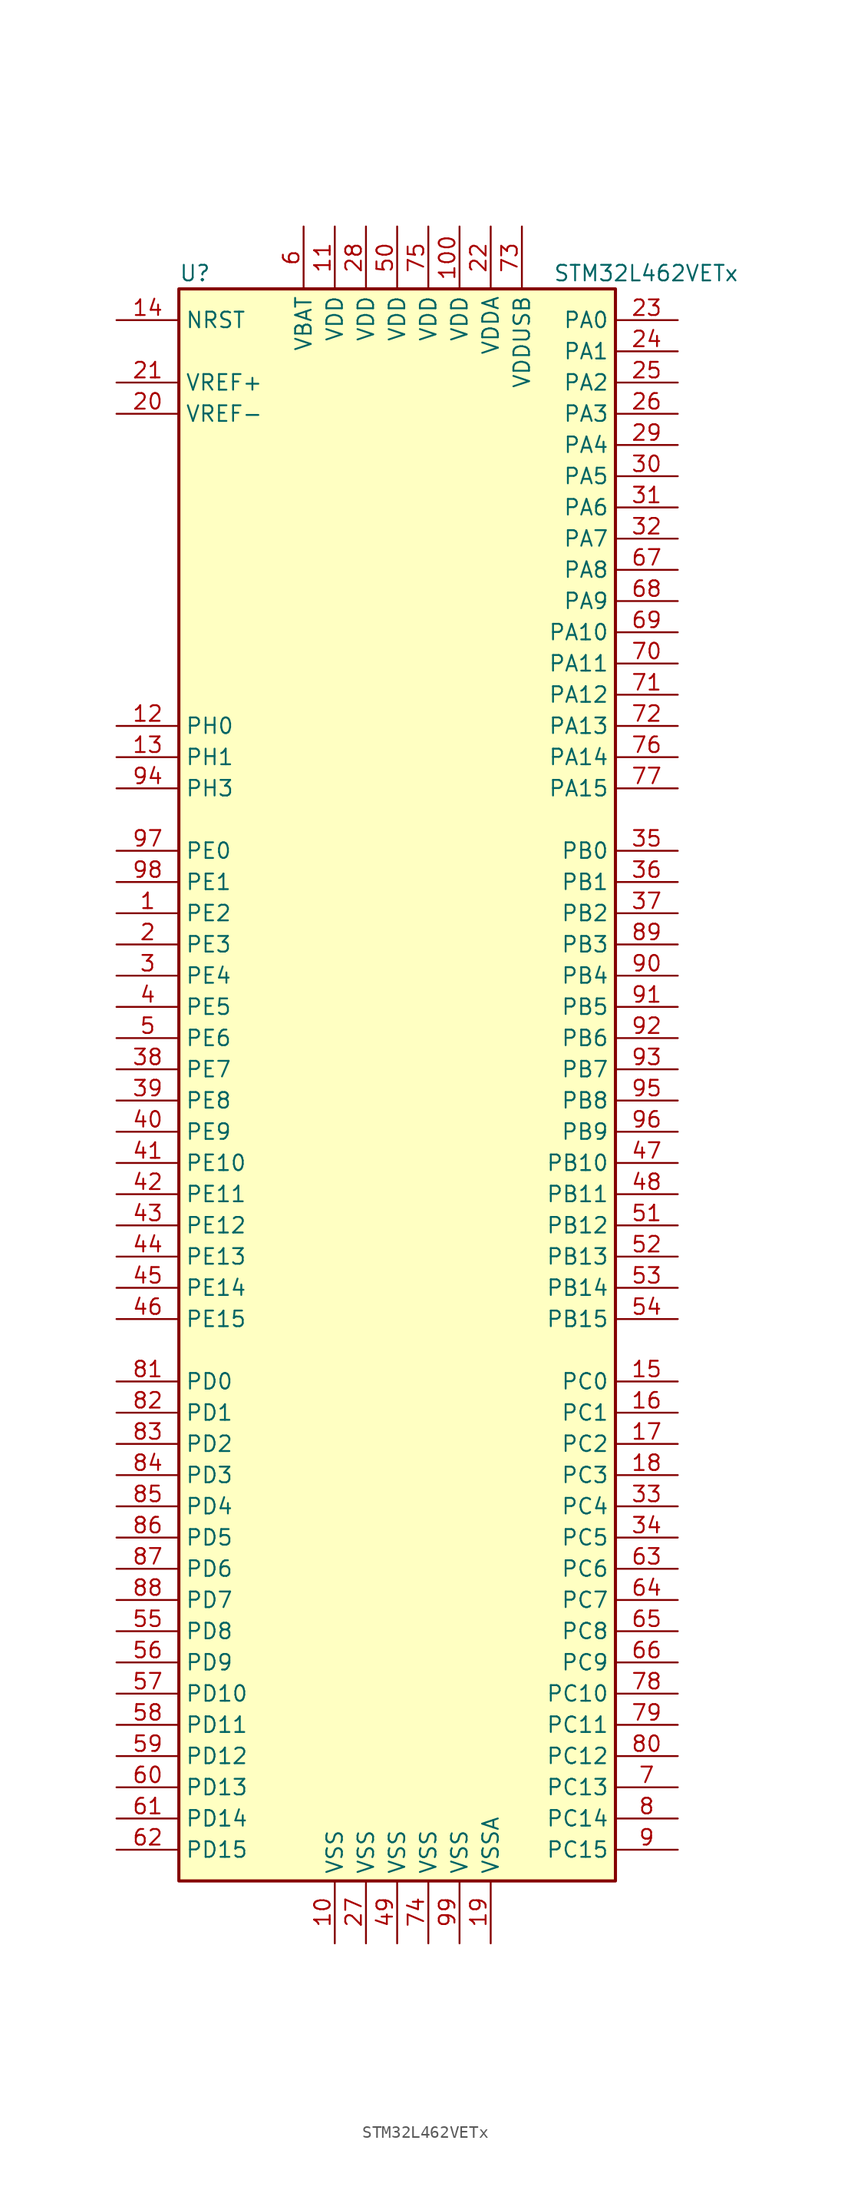
<source format=kicad_sym>
(kicad_symbol_lib
  (version 20201005)
  (generator kicad_symbol_editor)
  (symbol "MCU_ST_STM32L4:STM32L462VETx"
    (property "Reference" "U"
      (at -17.78 64.77 0)
      (effects (font (size 1.27 1.27)) (justify left)))
    (property "Value" "STM32L462VETx"
      (at 12.7 64.77 0)
      (effects (font (size 1.27 1.27)) (justify left)))
    (symbol "STM32L462VETx_0_1"
      (rectangle (start -17.78 -66.04) (end 17.78 63.5) (stroke (width 0.254)) (fill (type background))))
    (symbol "STM32L462VETx_1_1"
      (pin bidirectional line (at -22.86 12.7 0) (length 5.08) (name "PE2" (effects (font (size 1.27 1.27)))) (number "1" (effects (font (size 1.27 1.27)))))
      (pin power_in line (at -5.08 -71.12 90) (length 5.08) (name "VSS" (effects (font (size 1.27 1.27)))) (number "10" (effects (font (size 1.27 1.27)))))
      (pin power_in line (at 5.08 68.58 270) (length 5.08) (name "VDD" (effects (font (size 1.27 1.27)))) (number "100" (effects (font (size 1.27 1.27)))))
      (pin power_in line (at -5.08 68.58 270) (length 5.08) (name "VDD" (effects (font (size 1.27 1.27)))) (number "11" (effects (font (size 1.27 1.27)))))
      (pin input line (at -22.86 27.94 0) (length 5.08) (name "PH0" (effects (font (size 1.27 1.27)))) (number "12" (effects (font (size 1.27 1.27)))))
      (pin input line (at -22.86 25.4 0) (length 5.08) (name "PH1" (effects (font (size 1.27 1.27)))) (number "13" (effects (font (size 1.27 1.27)))))
      (pin input line (at -22.86 60.96 0) (length 5.08) (name "NRST" (effects (font (size 1.27 1.27)))) (number "14" (effects (font (size 1.27 1.27)))))
      (pin bidirectional line (at 22.86 -25.4 180) (length 5.08) (name "PC0" (effects (font (size 1.27 1.27)))) (number "15" (effects (font (size 1.27 1.27)))))
      (pin bidirectional line (at 22.86 -27.94 180) (length 5.08) (name "PC1" (effects (font (size 1.27 1.27)))) (number "16" (effects (font (size 1.27 1.27)))))
      (pin bidirectional line (at 22.86 -30.48 180) (length 5.08) (name "PC2" (effects (font (size 1.27 1.27)))) (number "17" (effects (font (size 1.27 1.27)))))
      (pin bidirectional line (at 22.86 -33.02 180) (length 5.08) (name "PC3" (effects (font (size 1.27 1.27)))) (number "18" (effects (font (size 1.27 1.27)))))
      (pin power_in line (at 7.62 -71.12 90) (length 5.08) (name "VSSA" (effects (font (size 1.27 1.27)))) (number "19" (effects (font (size 1.27 1.27)))))
      (pin bidirectional line (at -22.86 10.16 0) (length 5.08) (name "PE3" (effects (font (size 1.27 1.27)))) (number "2" (effects (font (size 1.27 1.27)))))
      (pin power_in line (at -22.86 53.34 0) (length 5.08) (name "VREF-" (effects (font (size 1.27 1.27)))) (number "20" (effects (font (size 1.27 1.27)))))
      (pin bidirectional line (at -22.86 55.88 0) (length 5.08) (name "VREF+" (effects (font (size 1.27 1.27)))) (number "21" (effects (font (size 1.27 1.27)))))
      (pin power_in line (at 7.62 68.58 270) (length 5.08) (name "VDDA" (effects (font (size 1.27 1.27)))) (number "22" (effects (font (size 1.27 1.27)))))
      (pin bidirectional line (at 22.86 60.96 180) (length 5.08) (name "PA0" (effects (font (size 1.27 1.27)))) (number "23" (effects (font (size 1.27 1.27)))))
      (pin bidirectional line (at 22.86 58.42 180) (length 5.08) (name "PA1" (effects (font (size 1.27 1.27)))) (number "24" (effects (font (size 1.27 1.27)))))
      (pin bidirectional line (at 22.86 55.88 180) (length 5.08) (name "PA2" (effects (font (size 1.27 1.27)))) (number "25" (effects (font (size 1.27 1.27)))))
      (pin bidirectional line (at 22.86 53.34 180) (length 5.08) (name "PA3" (effects (font (size 1.27 1.27)))) (number "26" (effects (font (size 1.27 1.27)))))
      (pin power_in line (at -2.54 -71.12 90) (length 5.08) (name "VSS" (effects (font (size 1.27 1.27)))) (number "27" (effects (font (size 1.27 1.27)))))
      (pin power_in line (at -2.54 68.58 270) (length 5.08) (name "VDD" (effects (font (size 1.27 1.27)))) (number "28" (effects (font (size 1.27 1.27)))))
      (pin bidirectional line (at 22.86 50.8 180) (length 5.08) (name "PA4" (effects (font (size 1.27 1.27)))) (number "29" (effects (font (size 1.27 1.27)))))
      (pin bidirectional line (at -22.86 7.62 0) (length 5.08) (name "PE4" (effects (font (size 1.27 1.27)))) (number "3" (effects (font (size 1.27 1.27)))))
      (pin bidirectional line (at 22.86 48.26 180) (length 5.08) (name "PA5" (effects (font (size 1.27 1.27)))) (number "30" (effects (font (size 1.27 1.27)))))
      (pin bidirectional line (at 22.86 45.72 180) (length 5.08) (name "PA6" (effects (font (size 1.27 1.27)))) (number "31" (effects (font (size 1.27 1.27)))))
      (pin bidirectional line (at 22.86 43.18 180) (length 5.08) (name "PA7" (effects (font (size 1.27 1.27)))) (number "32" (effects (font (size 1.27 1.27)))))
      (pin bidirectional line (at 22.86 -35.56 180) (length 5.08) (name "PC4" (effects (font (size 1.27 1.27)))) (number "33" (effects (font (size 1.27 1.27)))))
      (pin bidirectional line (at 22.86 -38.1 180) (length 5.08) (name "PC5" (effects (font (size 1.27 1.27)))) (number "34" (effects (font (size 1.27 1.27)))))
      (pin bidirectional line (at 22.86 17.78 180) (length 5.08) (name "PB0" (effects (font (size 1.27 1.27)))) (number "35" (effects (font (size 1.27 1.27)))))
      (pin bidirectional line (at 22.86 15.24 180) (length 5.08) (name "PB1" (effects (font (size 1.27 1.27)))) (number "36" (effects (font (size 1.27 1.27)))))
      (pin bidirectional line (at 22.86 12.7 180) (length 5.08) (name "PB2" (effects (font (size 1.27 1.27)))) (number "37" (effects (font (size 1.27 1.27)))))
      (pin bidirectional line (at -22.86 0 0) (length 5.08) (name "PE7" (effects (font (size 1.27 1.27)))) (number "38" (effects (font (size 1.27 1.27)))))
      (pin bidirectional line (at -22.86 -2.54 0) (length 5.08) (name "PE8" (effects (font (size 1.27 1.27)))) (number "39" (effects (font (size 1.27 1.27)))))
      (pin bidirectional line (at -22.86 5.08 0) (length 5.08) (name "PE5" (effects (font (size 1.27 1.27)))) (number "4" (effects (font (size 1.27 1.27)))))
      (pin bidirectional line (at -22.86 -5.08 0) (length 5.08) (name "PE9" (effects (font (size 1.27 1.27)))) (number "40" (effects (font (size 1.27 1.27)))))
      (pin bidirectional line (at -22.86 -7.62 0) (length 5.08) (name "PE10" (effects (font (size 1.27 1.27)))) (number "41" (effects (font (size 1.27 1.27)))))
      (pin bidirectional line (at -22.86 -10.16 0) (length 5.08) (name "PE11" (effects (font (size 1.27 1.27)))) (number "42" (effects (font (size 1.27 1.27)))))
      (pin bidirectional line (at -22.86 -12.7 0) (length 5.08) (name "PE12" (effects (font (size 1.27 1.27)))) (number "43" (effects (font (size 1.27 1.27)))))
      (pin bidirectional line (at -22.86 -15.24 0) (length 5.08) (name "PE13" (effects (font (size 1.27 1.27)))) (number "44" (effects (font (size 1.27 1.27)))))
      (pin bidirectional line (at -22.86 -17.78 0) (length 5.08) (name "PE14" (effects (font (size 1.27 1.27)))) (number "45" (effects (font (size 1.27 1.27)))))
      (pin bidirectional line (at -22.86 -20.32 0) (length 5.08) (name "PE15" (effects (font (size 1.27 1.27)))) (number "46" (effects (font (size 1.27 1.27)))))
      (pin bidirectional line (at 22.86 -7.62 180) (length 5.08) (name "PB10" (effects (font (size 1.27 1.27)))) (number "47" (effects (font (size 1.27 1.27)))))
      (pin bidirectional line (at 22.86 -10.16 180) (length 5.08) (name "PB11" (effects (font (size 1.27 1.27)))) (number "48" (effects (font (size 1.27 1.27)))))
      (pin power_in line (at 0 -71.12 90) (length 5.08) (name "VSS" (effects (font (size 1.27 1.27)))) (number "49" (effects (font (size 1.27 1.27)))))
      (pin bidirectional line (at -22.86 2.54 0) (length 5.08) (name "PE6" (effects (font (size 1.27 1.27)))) (number "5" (effects (font (size 1.27 1.27)))))
      (pin power_in line (at 0 68.58 270) (length 5.08) (name "VDD" (effects (font (size 1.27 1.27)))) (number "50" (effects (font (size 1.27 1.27)))))
      (pin bidirectional line (at 22.86 -12.7 180) (length 5.08) (name "PB12" (effects (font (size 1.27 1.27)))) (number "51" (effects (font (size 1.27 1.27)))))
      (pin bidirectional line (at 22.86 -15.24 180) (length 5.08) (name "PB13" (effects (font (size 1.27 1.27)))) (number "52" (effects (font (size 1.27 1.27)))))
      (pin bidirectional line (at 22.86 -17.78 180) (length 5.08) (name "PB14" (effects (font (size 1.27 1.27)))) (number "53" (effects (font (size 1.27 1.27)))))
      (pin bidirectional line (at 22.86 -20.32 180) (length 5.08) (name "PB15" (effects (font (size 1.27 1.27)))) (number "54" (effects (font (size 1.27 1.27)))))
      (pin bidirectional line (at -22.86 -45.72 0) (length 5.08) (name "PD8" (effects (font (size 1.27 1.27)))) (number "55" (effects (font (size 1.27 1.27)))))
      (pin bidirectional line (at -22.86 -48.26 0) (length 5.08) (name "PD9" (effects (font (size 1.27 1.27)))) (number "56" (effects (font (size 1.27 1.27)))))
      (pin bidirectional line (at -22.86 -50.8 0) (length 5.08) (name "PD10" (effects (font (size 1.27 1.27)))) (number "57" (effects (font (size 1.27 1.27)))))
      (pin bidirectional line (at -22.86 -53.34 0) (length 5.08) (name "PD11" (effects (font (size 1.27 1.27)))) (number "58" (effects (font (size 1.27 1.27)))))
      (pin bidirectional line (at -22.86 -55.88 0) (length 5.08) (name "PD12" (effects (font (size 1.27 1.27)))) (number "59" (effects (font (size 1.27 1.27)))))
      (pin power_in line (at -7.62 68.58 270) (length 5.08) (name "VBAT" (effects (font (size 1.27 1.27)))) (number "6" (effects (font (size 1.27 1.27)))))
      (pin bidirectional line (at -22.86 -58.42 0) (length 5.08) (name "PD13" (effects (font (size 1.27 1.27)))) (number "60" (effects (font (size 1.27 1.27)))))
      (pin bidirectional line (at -22.86 -60.96 0) (length 5.08) (name "PD14" (effects (font (size 1.27 1.27)))) (number "61" (effects (font (size 1.27 1.27)))))
      (pin bidirectional line (at -22.86 -63.5 0) (length 5.08) (name "PD15" (effects (font (size 1.27 1.27)))) (number "62" (effects (font (size 1.27 1.27)))))
      (pin bidirectional line (at 22.86 -40.64 180) (length 5.08) (name "PC6" (effects (font (size 1.27 1.27)))) (number "63" (effects (font (size 1.27 1.27)))))
      (pin bidirectional line (at 22.86 -43.18 180) (length 5.08) (name "PC7" (effects (font (size 1.27 1.27)))) (number "64" (effects (font (size 1.27 1.27)))))
      (pin bidirectional line (at 22.86 -45.72 180) (length 5.08) (name "PC8" (effects (font (size 1.27 1.27)))) (number "65" (effects (font (size 1.27 1.27)))))
      (pin bidirectional line (at 22.86 -48.26 180) (length 5.08) (name "PC9" (effects (font (size 1.27 1.27)))) (number "66" (effects (font (size 1.27 1.27)))))
      (pin bidirectional line (at 22.86 40.64 180) (length 5.08) (name "PA8" (effects (font (size 1.27 1.27)))) (number "67" (effects (font (size 1.27 1.27)))))
      (pin bidirectional line (at 22.86 38.1 180) (length 5.08) (name "PA9" (effects (font (size 1.27 1.27)))) (number "68" (effects (font (size 1.27 1.27)))))
      (pin bidirectional line (at 22.86 35.56 180) (length 5.08) (name "PA10" (effects (font (size 1.27 1.27)))) (number "69" (effects (font (size 1.27 1.27)))))
      (pin bidirectional line (at 22.86 -58.42 180) (length 5.08) (name "PC13" (effects (font (size 1.27 1.27)))) (number "7" (effects (font (size 1.27 1.27)))))
      (pin bidirectional line (at 22.86 33.02 180) (length 5.08) (name "PA11" (effects (font (size 1.27 1.27)))) (number "70" (effects (font (size 1.27 1.27)))))
      (pin bidirectional line (at 22.86 30.48 180) (length 5.08) (name "PA12" (effects (font (size 1.27 1.27)))) (number "71" (effects (font (size 1.27 1.27)))))
      (pin bidirectional line (at 22.86 27.94 180) (length 5.08) (name "PA13" (effects (font (size 1.27 1.27)))) (number "72" (effects (font (size 1.27 1.27)))))
      (pin power_in line (at 10.16 68.58 270) (length 5.08) (name "VDDUSB" (effects (font (size 1.27 1.27)))) (number "73" (effects (font (size 1.27 1.27)))))
      (pin power_in line (at 2.54 -71.12 90) (length 5.08) (name "VSS" (effects (font (size 1.27 1.27)))) (number "74" (effects (font (size 1.27 1.27)))))
      (pin power_in line (at 2.54 68.58 270) (length 5.08) (name "VDD" (effects (font (size 1.27 1.27)))) (number "75" (effects (font (size 1.27 1.27)))))
      (pin bidirectional line (at 22.86 25.4 180) (length 5.08) (name "PA14" (effects (font (size 1.27 1.27)))) (number "76" (effects (font (size 1.27 1.27)))))
      (pin bidirectional line (at 22.86 22.86 180) (length 5.08) (name "PA15" (effects (font (size 1.27 1.27)))) (number "77" (effects (font (size 1.27 1.27)))))
      (pin bidirectional line (at 22.86 -50.8 180) (length 5.08) (name "PC10" (effects (font (size 1.27 1.27)))) (number "78" (effects (font (size 1.27 1.27)))))
      (pin bidirectional line (at 22.86 -53.34 180) (length 5.08) (name "PC11" (effects (font (size 1.27 1.27)))) (number "79" (effects (font (size 1.27 1.27)))))
      (pin bidirectional line (at 22.86 -60.96 180) (length 5.08) (name "PC14" (effects (font (size 1.27 1.27)))) (number "8" (effects (font (size 1.27 1.27)))))
      (pin bidirectional line (at 22.86 -55.88 180) (length 5.08) (name "PC12" (effects (font (size 1.27 1.27)))) (number "80" (effects (font (size 1.27 1.27)))))
      (pin bidirectional line (at -22.86 -25.4 0) (length 5.08) (name "PD0" (effects (font (size 1.27 1.27)))) (number "81" (effects (font (size 1.27 1.27)))))
      (pin bidirectional line (at -22.86 -27.94 0) (length 5.08) (name "PD1" (effects (font (size 1.27 1.27)))) (number "82" (effects (font (size 1.27 1.27)))))
      (pin bidirectional line (at -22.86 -30.48 0) (length 5.08) (name "PD2" (effects (font (size 1.27 1.27)))) (number "83" (effects (font (size 1.27 1.27)))))
      (pin bidirectional line (at -22.86 -33.02 0) (length 5.08) (name "PD3" (effects (font (size 1.27 1.27)))) (number "84" (effects (font (size 1.27 1.27)))))
      (pin bidirectional line (at -22.86 -35.56 0) (length 5.08) (name "PD4" (effects (font (size 1.27 1.27)))) (number "85" (effects (font (size 1.27 1.27)))))
      (pin bidirectional line (at -22.86 -38.1 0) (length 5.08) (name "PD5" (effects (font (size 1.27 1.27)))) (number "86" (effects (font (size 1.27 1.27)))))
      (pin bidirectional line (at -22.86 -40.64 0) (length 5.08) (name "PD6" (effects (font (size 1.27 1.27)))) (number "87" (effects (font (size 1.27 1.27)))))
      (pin bidirectional line (at -22.86 -43.18 0) (length 5.08) (name "PD7" (effects (font (size 1.27 1.27)))) (number "88" (effects (font (size 1.27 1.27)))))
      (pin bidirectional line (at 22.86 10.16 180) (length 5.08) (name "PB3" (effects (font (size 1.27 1.27)))) (number "89" (effects (font (size 1.27 1.27)))))
      (pin bidirectional line (at 22.86 -63.5 180) (length 5.08) (name "PC15" (effects (font (size 1.27 1.27)))) (number "9" (effects (font (size 1.27 1.27)))))
      (pin bidirectional line (at 22.86 7.62 180) (length 5.08) (name "PB4" (effects (font (size 1.27 1.27)))) (number "90" (effects (font (size 1.27 1.27)))))
      (pin bidirectional line (at 22.86 5.08 180) (length 5.08) (name "PB5" (effects (font (size 1.27 1.27)))) (number "91" (effects (font (size 1.27 1.27)))))
      (pin bidirectional line (at 22.86 2.54 180) (length 5.08) (name "PB6" (effects (font (size 1.27 1.27)))) (number "92" (effects (font (size 1.27 1.27)))))
      (pin bidirectional line (at 22.86 0 180) (length 5.08) (name "PB7" (effects (font (size 1.27 1.27)))) (number "93" (effects (font (size 1.27 1.27)))))
      (pin bidirectional line (at -22.86 22.86 0) (length 5.08) (name "PH3" (effects (font (size 1.27 1.27)))) (number "94" (effects (font (size 1.27 1.27)))))
      (pin bidirectional line (at 22.86 -2.54 180) (length 5.08) (name "PB8" (effects (font (size 1.27 1.27)))) (number "95" (effects (font (size 1.27 1.27)))))
      (pin bidirectional line (at 22.86 -5.08 180) (length 5.08) (name "PB9" (effects (font (size 1.27 1.27)))) (number "96" (effects (font (size 1.27 1.27)))))
      (pin bidirectional line (at -22.86 17.78 0) (length 5.08) (name "PE0" (effects (font (size 1.27 1.27)))) (number "97" (effects (font (size 1.27 1.27)))))
      (pin bidirectional line (at -22.86 15.24 0) (length 5.08) (name "PE1" (effects (font (size 1.27 1.27)))) (number "98" (effects (font (size 1.27 1.27)))))
      (pin power_in line (at 5.08 -71.12 90) (length 5.08) (name "VSS" (effects (font (size 1.27 1.27)))) (number "99" (effects (font (size 1.27 1.27))))))))
</source>
